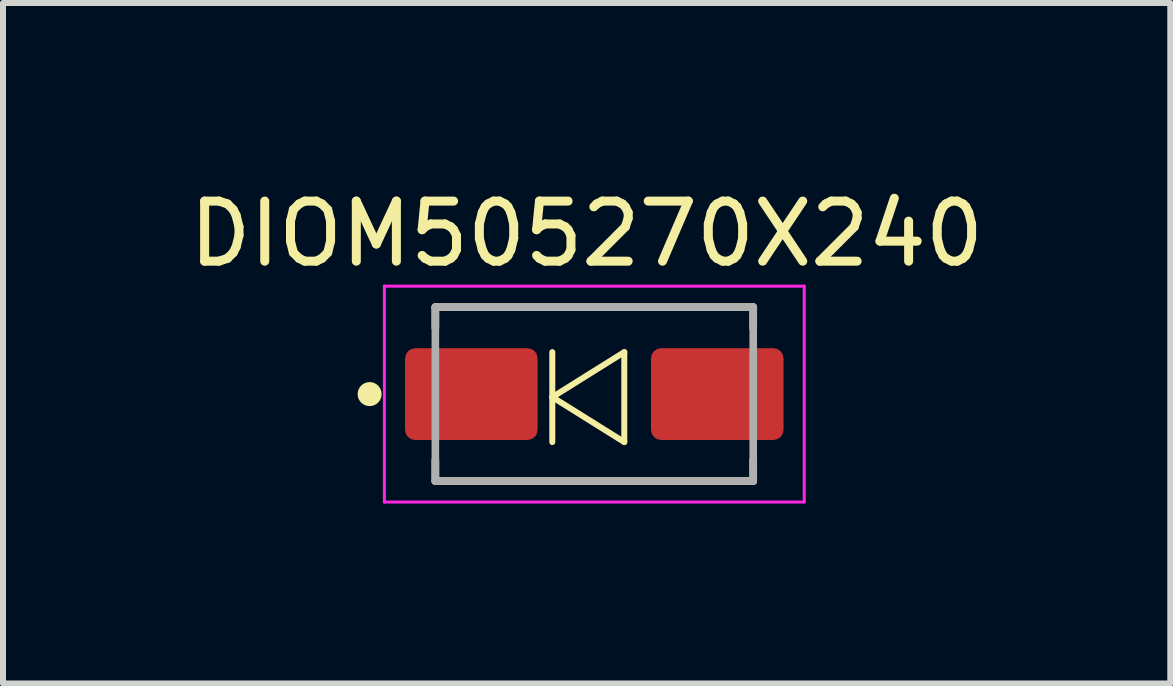
<source format=kicad_pcb>
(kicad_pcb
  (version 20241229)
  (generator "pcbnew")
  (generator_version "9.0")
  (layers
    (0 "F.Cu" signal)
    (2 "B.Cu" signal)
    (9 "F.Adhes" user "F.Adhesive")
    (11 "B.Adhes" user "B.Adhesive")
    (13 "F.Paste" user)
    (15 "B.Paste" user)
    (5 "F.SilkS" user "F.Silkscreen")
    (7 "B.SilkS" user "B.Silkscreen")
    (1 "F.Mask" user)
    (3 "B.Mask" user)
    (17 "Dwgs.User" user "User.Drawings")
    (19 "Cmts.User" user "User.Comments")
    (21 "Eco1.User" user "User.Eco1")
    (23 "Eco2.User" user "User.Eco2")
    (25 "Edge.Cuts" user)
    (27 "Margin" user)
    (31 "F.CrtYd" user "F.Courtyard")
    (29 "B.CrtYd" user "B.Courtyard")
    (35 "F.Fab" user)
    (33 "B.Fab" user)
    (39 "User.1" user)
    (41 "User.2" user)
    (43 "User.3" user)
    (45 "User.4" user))
  (footprint "DIOM505270X240"
    (layer "F.Cu")
    (at 6.859 3.521)
    (property "Reference" "DIOM505270X240" (at -0.127 -2.672 0) (layer "F.SilkS") (effects (font (size 1.002 1.002) (thickness 0.15))))
    (attr through_hole)
    (fp_line (start -2.65 -1.45) (end 2.65 -1.45) (stroke (width 0.127) (type solid)) (layer "F.SilkS"))
    (fp_line (start -2.65 -1.1) (end -2.65 -1.45) (stroke (width 0.127) (type solid)) (layer "F.SilkS"))
    (fp_line (start -2.65 1.1) (end -2.65 1.45) (stroke (width 0.127) (type solid)) (layer "F.SilkS"))
    (fp_line (start -2.65 1.45) (end 2.65 1.45) (stroke (width 0.127) (type solid)) (layer "F.SilkS"))
    (fp_line (start -0.7 -0.7) (end -0.7 0.8) (stroke (width 0.1) (type default)) (layer "F.SilkS"))
    (fp_line (start -0.7 0.05) (end 0.5 -0.7) (stroke (width 0.1) (type default)) (layer "F.SilkS"))
    (fp_line (start 0.5 -0.7) (end 0.5 0.8) (stroke (width 0.1) (type default)) (layer "F.SilkS"))
    (fp_line (start 0.5 0.8) (end -0.7 0.05) (stroke (width 0.1) (type default)) (layer "F.SilkS"))
    (fp_line (start 2.65 -1.45) (end 2.65 -1.1) (stroke (width 0.127) (type solid)) (layer "F.SilkS"))
    (fp_line (start 2.65 1.45) (end 2.65 1.1) (stroke (width 0.127) (type solid)) (layer "F.SilkS"))
    (fp_circle (center -3.746 0) (end -3.646 0) (stroke (width 0.2) (type solid)) (fill no) (layer "F.SilkS"))
    (fp_line (start -3.5 -1.8) (end 3.5 -1.8) (stroke (width 0.05) (type solid)) (layer "F.CrtYd"))
    (fp_line (start -3.5 1.8) (end -3.5 -1.8) (stroke (width 0.05) (type solid)) (layer "F.CrtYd"))
    (fp_line (start 3.5 -1.8) (end 3.5 1.8) (stroke (width 0.05) (type solid)) (layer "F.CrtYd"))
    (fp_line (start 3.5 1.8) (end -3.5 1.8) (stroke (width 0.05) (type solid)) (layer "F.CrtYd"))
    (fp_line (start -2.65 -1.45) (end 2.65 -1.45) (stroke (width 0.127) (type solid)) (layer "F.Fab"))
    (fp_line (start -2.65 1.45) (end -2.65 -1.45) (stroke (width 0.127) (type solid)) (layer "F.Fab"))
    (fp_line (start 2.65 -1.45) (end 2.65 1.45) (stroke (width 0.127) (type solid)) (layer "F.Fab"))
    (fp_line (start 2.65 1.45) (end -2.65 1.45) (stroke (width 0.127) (type solid)) (layer "F.Fab"))
    (pad "1" smd roundrect (at -2.05 0) (size 2.21 1.53) (layers "F.Cu" "F.Mask" "F.Paste") (roundrect_rratio 0.11))
    (pad "2" smd roundrect (at 2.05 0) (size 2.21 1.53) (layers "F.Cu" "F.Mask" "F.Paste") (roundrect_rratio 0.11)))
  (gr_rect
    (start -3 -3)
    (end 16.463 8.346)
    (stroke (width 0.1) (type default))
    (fill no)
    (layer "Edge.Cuts")))
</source>
